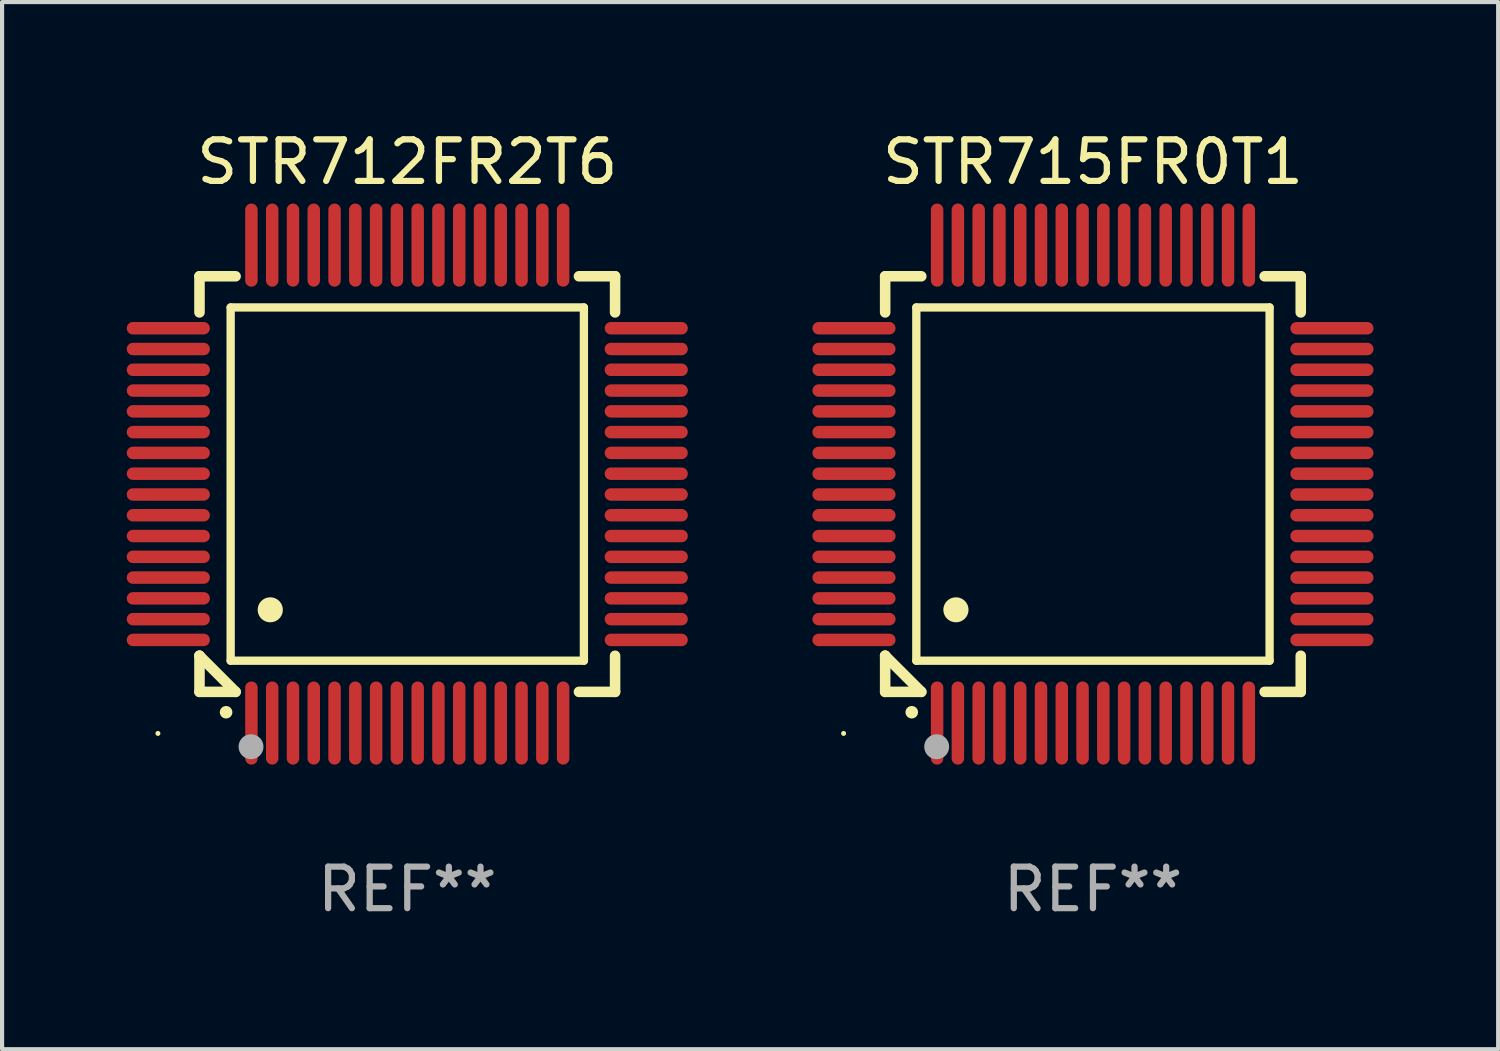
<source format=kicad_pcb>
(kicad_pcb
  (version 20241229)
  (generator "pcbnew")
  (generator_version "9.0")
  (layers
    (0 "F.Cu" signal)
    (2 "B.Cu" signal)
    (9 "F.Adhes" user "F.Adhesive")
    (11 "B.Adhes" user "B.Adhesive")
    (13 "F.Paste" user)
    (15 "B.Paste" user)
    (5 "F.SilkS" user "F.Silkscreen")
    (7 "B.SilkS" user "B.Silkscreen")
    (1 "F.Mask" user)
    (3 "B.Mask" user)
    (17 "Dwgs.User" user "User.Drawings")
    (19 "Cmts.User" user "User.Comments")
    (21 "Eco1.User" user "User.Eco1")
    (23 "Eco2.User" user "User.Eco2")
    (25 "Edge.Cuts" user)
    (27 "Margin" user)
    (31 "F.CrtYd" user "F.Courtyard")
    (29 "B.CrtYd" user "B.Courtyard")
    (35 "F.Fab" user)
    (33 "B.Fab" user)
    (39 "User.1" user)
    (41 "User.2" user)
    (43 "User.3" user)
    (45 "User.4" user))
  (footprint "STR715FR0T1"
    (layer "F.Cu")
    (at 23.249 8.598)
    (property "Reference" "STR715FR0T1" (at 0 -7.75 0) (layer "F.SilkS") (effects (font (size 1 1) (thickness 0.15))))
    (attr through_hole)
    (fp_line (start -5 -5) (end -4.131 -5) (stroke (width 0.254) (type solid)) (layer "F.SilkS"))
    (fp_line (start -5 -4.131) (end -5 -5) (stroke (width 0.254) (type solid)) (layer "F.SilkS"))
    (fp_line (start -5 4.131) (end -5 4.131) (stroke (width 0.254) (type solid)) (layer "F.SilkS"))
    (fp_line (start -5 5) (end -5 4.131) (stroke (width 0.254) (type solid)) (layer "F.SilkS"))
    (fp_line (start -5 4.131) (end -4.131 5) (stroke (width 0.254) (type solid)) (layer "F.SilkS"))
    (fp_line (start -4.25 -4.25) (end -4.25 4.25) (stroke (width 0.2) (type solid)) (layer "F.SilkS"))
    (fp_line (start -4.25 4.25) (end 4.25 4.25) (stroke (width 0.2) (type solid)) (layer "F.SilkS"))
    (fp_line (start -4.131 5) (end -5 5) (stroke (width 0.254) (type solid)) (layer "F.SilkS"))
    (fp_line (start 4.25 -4.25) (end -4.25 -4.25) (stroke (width 0.2) (type solid)) (layer "F.SilkS"))
    (fp_line (start 4.25 4.25) (end 4.25 -4.25) (stroke (width 0.2) (type solid)) (layer "F.SilkS"))
    (fp_line (start 5 -5) (end 4.131 -5) (stroke (width 0.254) (type solid)) (layer "F.SilkS"))
    (fp_line (start 5 -5) (end 5 -4.131) (stroke (width 0.254) (type solid)) (layer "F.SilkS"))
    (fp_line (start 5 4.131) (end 5 5) (stroke (width 0.254) (type solid)) (layer "F.SilkS"))
    (fp_line (start 5 5) (end 4.131 5) (stroke (width 0.254) (type solid)) (layer "F.SilkS"))
    (fp_arc (start -4.361265 5.489992) (mid -4.359995 5.489987) (end -4.358725 5.489992) (stroke (width 0.3) (type solid)) (layer "F.SilkS"))
    (fp_arc (start -3.299467 3.025146) (mid -3.296927 3.025135) (end -3.294387 3.025146) (stroke (width 0.6) (type solid)) (layer "F.SilkS"))
    (fp_circle (center -6 6) (end -5.97 6) (stroke (width 0.06) (type solid)) (fill no) (layer "F.SilkS"))
    (fp_circle (center -3.76 6.32) (end -3.61 6.32) (stroke (width 0.3) (type solid)) (fill no) (layer "F.Fab"))
    (fp_text user "REF**" (at 0 9.75 0) (layer "F.Fab") (effects (font (size 1 1) (thickness 0.15))))
    (pad "1" smd oval (at -3.75 5.75) (size 0.3 2) (layers "F.Cu" "F.Mask" "F.Paste"))
    (pad "2" smd oval (at -3.25 5.75) (size 0.3 2) (layers "F.Cu" "F.Mask" "F.Paste"))
    (pad "3" smd oval (at -2.75 5.75) (size 0.3 2) (layers "F.Cu" "F.Mask" "F.Paste"))
    (pad "4" smd oval (at -2.25 5.75) (size 0.3 2) (layers "F.Cu" "F.Mask" "F.Paste"))
    (pad "5" smd oval (at -1.75 5.75) (size 0.3 2) (layers "F.Cu" "F.Mask" "F.Paste"))
    (pad "6" smd oval (at -1.25 5.75) (size 0.3 2) (layers "F.Cu" "F.Mask" "F.Paste"))
    (pad "7" smd oval (at -0.75 5.75) (size 0.3 2) (layers "F.Cu" "F.Mask" "F.Paste"))
    (pad "8" smd oval (at -0.25 5.75) (size 0.3 2) (layers "F.Cu" "F.Mask" "F.Paste"))
    (pad "9" smd oval (at 0.25 5.75) (size 0.3 2) (layers "F.Cu" "F.Mask" "F.Paste"))
    (pad "10" smd oval (at 0.75 5.75) (size 0.3 2) (layers "F.Cu" "F.Mask" "F.Paste"))
    (pad "11" smd oval (at 1.25 5.75) (size 0.3 2) (layers "F.Cu" "F.Mask" "F.Paste"))
    (pad "12" smd oval (at 1.75 5.75) (size 0.3 2) (layers "F.Cu" "F.Mask" "F.Paste"))
    (pad "13" smd oval (at 2.25 5.75) (size 0.3 2) (layers "F.Cu" "F.Mask" "F.Paste"))
    (pad "14" smd oval (at 2.75 5.75) (size 0.3 2) (layers "F.Cu" "F.Mask" "F.Paste"))
    (pad "15" smd oval (at 3.25 5.75) (size 0.3 2) (layers "F.Cu" "F.Mask" "F.Paste"))
    (pad "16" smd oval (at 3.75 5.75) (size 0.3 2) (layers "F.Cu" "F.Mask" "F.Paste"))
    (pad "17" smd oval (at 5.75 3.75) (size 2 0.3) (layers "F.Cu" "F.Mask" "F.Paste"))
    (pad "18" smd oval (at 5.75 3.25) (size 2 0.3) (layers "F.Cu" "F.Mask" "F.Paste"))
    (pad "19" smd oval (at 5.75 2.75) (size 2 0.3) (layers "F.Cu" "F.Mask" "F.Paste"))
    (pad "20" smd oval (at 5.75 2.25) (size 2 0.3) (layers "F.Cu" "F.Mask" "F.Paste"))
    (pad "21" smd oval (at 5.75 1.75) (size 2 0.3) (layers "F.Cu" "F.Mask" "F.Paste"))
    (pad "22" smd oval (at 5.75 1.25) (size 2 0.3) (layers "F.Cu" "F.Mask" "F.Paste"))
    (pad "23" smd oval (at 5.75 0.75) (size 2 0.3) (layers "F.Cu" "F.Mask" "F.Paste"))
    (pad "24" smd oval (at 5.75 0.25) (size 2 0.3) (layers "F.Cu" "F.Mask" "F.Paste"))
    (pad "25" smd oval (at 5.75 -0.25) (size 2 0.3) (layers "F.Cu" "F.Mask" "F.Paste"))
    (pad "26" smd oval (at 5.75 -0.75) (size 2 0.3) (layers "F.Cu" "F.Mask" "F.Paste"))
    (pad "27" smd oval (at 5.75 -1.25) (size 2 0.3) (layers "F.Cu" "F.Mask" "F.Paste"))
    (pad "28" smd oval (at 5.75 -1.75) (size 2 0.3) (layers "F.Cu" "F.Mask" "F.Paste"))
    (pad "29" smd oval (at 5.75 -2.25) (size 2 0.3) (layers "F.Cu" "F.Mask" "F.Paste"))
    (pad "30" smd oval (at 5.75 -2.75) (size 2 0.3) (layers "F.Cu" "F.Mask" "F.Paste"))
    (pad "31" smd oval (at 5.75 -3.25) (size 2 0.3) (layers "F.Cu" "F.Mask" "F.Paste"))
    (pad "32" smd oval (at 5.75 -3.75) (size 2 0.3) (layers "F.Cu" "F.Mask" "F.Paste"))
    (pad "33" smd oval (at 3.75 -5.75) (size 0.3 2) (layers "F.Cu" "F.Mask" "F.Paste"))
    (pad "34" smd oval (at 3.25 -5.75) (size 0.3 2) (layers "F.Cu" "F.Mask" "F.Paste"))
    (pad "35" smd oval (at 2.75 -5.75) (size 0.3 2) (layers "F.Cu" "F.Mask" "F.Paste"))
    (pad "36" smd oval (at 2.25 -5.75) (size 0.3 2) (layers "F.Cu" "F.Mask" "F.Paste"))
    (pad "37" smd oval (at 1.75 -5.75) (size 0.3 2) (layers "F.Cu" "F.Mask" "F.Paste"))
    (pad "38" smd oval (at 1.25 -5.75) (size 0.3 2) (layers "F.Cu" "F.Mask" "F.Paste"))
    (pad "39" smd oval (at 0.75 -5.75) (size 0.3 2) (layers "F.Cu" "F.Mask" "F.Paste"))
    (pad "40" smd oval (at 0.25 -5.75) (size 0.3 2) (layers "F.Cu" "F.Mask" "F.Paste"))
    (pad "41" smd oval (at -0.25 -5.75) (size 0.3 2) (layers "F.Cu" "F.Mask" "F.Paste"))
    (pad "42" smd oval (at -0.75 -5.75) (size 0.3 2) (layers "F.Cu" "F.Mask" "F.Paste"))
    (pad "43" smd oval (at -1.25 -5.75) (size 0.3 2) (layers "F.Cu" "F.Mask" "F.Paste"))
    (pad "44" smd oval (at -1.75 -5.75) (size 0.3 2) (layers "F.Cu" "F.Mask" "F.Paste"))
    (pad "45" smd oval (at -2.25 -5.75) (size 0.3 2) (layers "F.Cu" "F.Mask" "F.Paste"))
    (pad "46" smd oval (at -2.75 -5.75) (size 0.3 2) (layers "F.Cu" "F.Mask" "F.Paste"))
    (pad "47" smd oval (at -3.25 -5.75) (size 0.3 2) (layers "F.Cu" "F.Mask" "F.Paste"))
    (pad "48" smd oval (at -3.75 -5.75) (size 0.3 2) (layers "F.Cu" "F.Mask" "F.Paste"))
    (pad "49" smd oval (at -5.75 -3.75) (size 2 0.3) (layers "F.Cu" "F.Mask" "F.Paste"))
    (pad "50" smd oval (at -5.75 -3.25) (size 2 0.3) (layers "F.Cu" "F.Mask" "F.Paste"))
    (pad "51" smd oval (at -5.75 -2.75) (size 2 0.3) (layers "F.Cu" "F.Mask" "F.Paste"))
    (pad "52" smd oval (at -5.75 -2.25) (size 2 0.3) (layers "F.Cu" "F.Mask" "F.Paste"))
    (pad "53" smd oval (at -5.75 -1.75) (size 2 0.3) (layers "F.Cu" "F.Mask" "F.Paste"))
    (pad "54" smd oval (at -5.75 -1.25) (size 2 0.3) (layers "F.Cu" "F.Mask" "F.Paste"))
    (pad "55" smd oval (at -5.75 -0.75) (size 2 0.3) (layers "F.Cu" "F.Mask" "F.Paste"))
    (pad "56" smd oval (at -5.75 -0.25) (size 2 0.3) (layers "F.Cu" "F.Mask" "F.Paste"))
    (pad "57" smd oval (at -5.75 0.25) (size 2 0.3) (layers "F.Cu" "F.Mask" "F.Paste"))
    (pad "58" smd oval (at -5.75 0.75) (size 2 0.3) (layers "F.Cu" "F.Mask" "F.Paste"))
    (pad "59" smd oval (at -5.75 1.25) (size 2 0.3) (layers "F.Cu" "F.Mask" "F.Paste"))
    (pad "60" smd oval (at -5.75 1.75) (size 2 0.3) (layers "F.Cu" "F.Mask" "F.Paste"))
    (pad "61" smd oval (at -5.75 2.25) (size 2 0.3) (layers "F.Cu" "F.Mask" "F.Paste"))
    (pad "62" smd oval (at -5.75 2.75) (size 2 0.3) (layers "F.Cu" "F.Mask" "F.Paste"))
    (pad "63" smd oval (at -5.75 3.25) (size 2 0.3) (layers "F.Cu" "F.Mask" "F.Paste"))
    (pad "64" smd oval (at -5.75 3.75) (size 2 0.3) (layers "F.Cu" "F.Mask" "F.Paste")))
  (footprint "STR712FR2T6"
    (layer "F.Cu")
    (at 6.75 8.598)
    (property "Reference" "STR712FR2T6" (at 0 -7.75 0) (layer "F.SilkS") (effects (font (size 1 1) (thickness 0.15))))
    (attr through_hole)
    (fp_line (start -5 -5) (end -4.131 -5) (stroke (width 0.254) (type solid)) (layer "F.SilkS"))
    (fp_line (start -5 -4.131) (end -5 -5) (stroke (width 0.254) (type solid)) (layer "F.SilkS"))
    (fp_line (start -5 4.131) (end -5 4.131) (stroke (width 0.254) (type solid)) (layer "F.SilkS"))
    (fp_line (start -5 5) (end -5 4.131) (stroke (width 0.254) (type solid)) (layer "F.SilkS"))
    (fp_line (start -5 4.131) (end -4.131 5) (stroke (width 0.254) (type solid)) (layer "F.SilkS"))
    (fp_line (start -4.25 -4.25) (end -4.25 4.25) (stroke (width 0.2) (type solid)) (layer "F.SilkS"))
    (fp_line (start -4.25 4.25) (end 4.25 4.25) (stroke (width 0.2) (type solid)) (layer "F.SilkS"))
    (fp_line (start -4.131 5) (end -5 5) (stroke (width 0.254) (type solid)) (layer "F.SilkS"))
    (fp_line (start 4.25 -4.25) (end -4.25 -4.25) (stroke (width 0.2) (type solid)) (layer "F.SilkS"))
    (fp_line (start 4.25 4.25) (end 4.25 -4.25) (stroke (width 0.2) (type solid)) (layer "F.SilkS"))
    (fp_line (start 5 -5) (end 4.131 -5) (stroke (width 0.254) (type solid)) (layer "F.SilkS"))
    (fp_line (start 5 -5) (end 5 -4.131) (stroke (width 0.254) (type solid)) (layer "F.SilkS"))
    (fp_line (start 5 4.131) (end 5 5) (stroke (width 0.254) (type solid)) (layer "F.SilkS"))
    (fp_line (start 5 5) (end 4.131 5) (stroke (width 0.254) (type solid)) (layer "F.SilkS"))
    (fp_arc (start -4.361265 5.489992) (mid -4.359995 5.489987) (end -4.358725 5.489992) (stroke (width 0.3) (type solid)) (layer "F.SilkS"))
    (fp_arc (start -3.299467 3.025146) (mid -3.296927 3.025135) (end -3.294387 3.025146) (stroke (width 0.6) (type solid)) (layer "F.SilkS"))
    (fp_circle (center -6 6) (end -5.97 6) (stroke (width 0.06) (type solid)) (fill no) (layer "F.SilkS"))
    (fp_circle (center -3.76 6.32) (end -3.61 6.32) (stroke (width 0.3) (type solid)) (fill no) (layer "F.Fab"))
    (fp_text user "REF**" (at 0 9.75 0) (layer "F.Fab") (effects (font (size 1 1) (thickness 0.15))))
    (pad "1" smd oval (at -3.75 5.75) (size 0.3 2) (layers "F.Cu" "F.Mask" "F.Paste"))
    (pad "2" smd oval (at -3.25 5.75) (size 0.3 2) (layers "F.Cu" "F.Mask" "F.Paste"))
    (pad "3" smd oval (at -2.75 5.75) (size 0.3 2) (layers "F.Cu" "F.Mask" "F.Paste"))
    (pad "4" smd oval (at -2.25 5.75) (size 0.3 2) (layers "F.Cu" "F.Mask" "F.Paste"))
    (pad "5" smd oval (at -1.75 5.75) (size 0.3 2) (layers "F.Cu" "F.Mask" "F.Paste"))
    (pad "6" smd oval (at -1.25 5.75) (size 0.3 2) (layers "F.Cu" "F.Mask" "F.Paste"))
    (pad "7" smd oval (at -0.75 5.75) (size 0.3 2) (layers "F.Cu" "F.Mask" "F.Paste"))
    (pad "8" smd oval (at -0.25 5.75) (size 0.3 2) (layers "F.Cu" "F.Mask" "F.Paste"))
    (pad "9" smd oval (at 0.25 5.75) (size 0.3 2) (layers "F.Cu" "F.Mask" "F.Paste"))
    (pad "10" smd oval (at 0.75 5.75) (size 0.3 2) (layers "F.Cu" "F.Mask" "F.Paste"))
    (pad "11" smd oval (at 1.25 5.75) (size 0.3 2) (layers "F.Cu" "F.Mask" "F.Paste"))
    (pad "12" smd oval (at 1.75 5.75) (size 0.3 2) (layers "F.Cu" "F.Mask" "F.Paste"))
    (pad "13" smd oval (at 2.25 5.75) (size 0.3 2) (layers "F.Cu" "F.Mask" "F.Paste"))
    (pad "14" smd oval (at 2.75 5.75) (size 0.3 2) (layers "F.Cu" "F.Mask" "F.Paste"))
    (pad "15" smd oval (at 3.25 5.75) (size 0.3 2) (layers "F.Cu" "F.Mask" "F.Paste"))
    (pad "16" smd oval (at 3.75 5.75) (size 0.3 2) (layers "F.Cu" "F.Mask" "F.Paste"))
    (pad "17" smd oval (at 5.75 3.75) (size 2 0.3) (layers "F.Cu" "F.Mask" "F.Paste"))
    (pad "18" smd oval (at 5.75 3.25) (size 2 0.3) (layers "F.Cu" "F.Mask" "F.Paste"))
    (pad "19" smd oval (at 5.75 2.75) (size 2 0.3) (layers "F.Cu" "F.Mask" "F.Paste"))
    (pad "20" smd oval (at 5.75 2.25) (size 2 0.3) (layers "F.Cu" "F.Mask" "F.Paste"))
    (pad "21" smd oval (at 5.75 1.75) (size 2 0.3) (layers "F.Cu" "F.Mask" "F.Paste"))
    (pad "22" smd oval (at 5.75 1.25) (size 2 0.3) (layers "F.Cu" "F.Mask" "F.Paste"))
    (pad "23" smd oval (at 5.75 0.75) (size 2 0.3) (layers "F.Cu" "F.Mask" "F.Paste"))
    (pad "24" smd oval (at 5.75 0.25) (size 2 0.3) (layers "F.Cu" "F.Mask" "F.Paste"))
    (pad "25" smd oval (at 5.75 -0.25) (size 2 0.3) (layers "F.Cu" "F.Mask" "F.Paste"))
    (pad "26" smd oval (at 5.75 -0.75) (size 2 0.3) (layers "F.Cu" "F.Mask" "F.Paste"))
    (pad "27" smd oval (at 5.75 -1.25) (size 2 0.3) (layers "F.Cu" "F.Mask" "F.Paste"))
    (pad "28" smd oval (at 5.75 -1.75) (size 2 0.3) (layers "F.Cu" "F.Mask" "F.Paste"))
    (pad "29" smd oval (at 5.75 -2.25) (size 2 0.3) (layers "F.Cu" "F.Mask" "F.Paste"))
    (pad "30" smd oval (at 5.75 -2.75) (size 2 0.3) (layers "F.Cu" "F.Mask" "F.Paste"))
    (pad "31" smd oval (at 5.75 -3.25) (size 2 0.3) (layers "F.Cu" "F.Mask" "F.Paste"))
    (pad "32" smd oval (at 5.75 -3.75) (size 2 0.3) (layers "F.Cu" "F.Mask" "F.Paste"))
    (pad "33" smd oval (at 3.75 -5.75) (size 0.3 2) (layers "F.Cu" "F.Mask" "F.Paste"))
    (pad "34" smd oval (at 3.25 -5.75) (size 0.3 2) (layers "F.Cu" "F.Mask" "F.Paste"))
    (pad "35" smd oval (at 2.75 -5.75) (size 0.3 2) (layers "F.Cu" "F.Mask" "F.Paste"))
    (pad "36" smd oval (at 2.25 -5.75) (size 0.3 2) (layers "F.Cu" "F.Mask" "F.Paste"))
    (pad "37" smd oval (at 1.75 -5.75) (size 0.3 2) (layers "F.Cu" "F.Mask" "F.Paste"))
    (pad "38" smd oval (at 1.25 -5.75) (size 0.3 2) (layers "F.Cu" "F.Mask" "F.Paste"))
    (pad "39" smd oval (at 0.75 -5.75) (size 0.3 2) (layers "F.Cu" "F.Mask" "F.Paste"))
    (pad "40" smd oval (at 0.25 -5.75) (size 0.3 2) (layers "F.Cu" "F.Mask" "F.Paste"))
    (pad "41" smd oval (at -0.25 -5.75) (size 0.3 2) (layers "F.Cu" "F.Mask" "F.Paste"))
    (pad "42" smd oval (at -0.75 -5.75) (size 0.3 2) (layers "F.Cu" "F.Mask" "F.Paste"))
    (pad "43" smd oval (at -1.25 -5.75) (size 0.3 2) (layers "F.Cu" "F.Mask" "F.Paste"))
    (pad "44" smd oval (at -1.75 -5.75) (size 0.3 2) (layers "F.Cu" "F.Mask" "F.Paste"))
    (pad "45" smd oval (at -2.25 -5.75) (size 0.3 2) (layers "F.Cu" "F.Mask" "F.Paste"))
    (pad "46" smd oval (at -2.75 -5.75) (size 0.3 2) (layers "F.Cu" "F.Mask" "F.Paste"))
    (pad "47" smd oval (at -3.25 -5.75) (size 0.3 2) (layers "F.Cu" "F.Mask" "F.Paste"))
    (pad "48" smd oval (at -3.75 -5.75) (size 0.3 2) (layers "F.Cu" "F.Mask" "F.Paste"))
    (pad "49" smd oval (at -5.75 -3.75) (size 2 0.3) (layers "F.Cu" "F.Mask" "F.Paste"))
    (pad "50" smd oval (at -5.75 -3.25) (size 2 0.3) (layers "F.Cu" "F.Mask" "F.Paste"))
    (pad "51" smd oval (at -5.75 -2.75) (size 2 0.3) (layers "F.Cu" "F.Mask" "F.Paste"))
    (pad "52" smd oval (at -5.75 -2.25) (size 2 0.3) (layers "F.Cu" "F.Mask" "F.Paste"))
    (pad "53" smd oval (at -5.75 -1.75) (size 2 0.3) (layers "F.Cu" "F.Mask" "F.Paste"))
    (pad "54" smd oval (at -5.75 -1.25) (size 2 0.3) (layers "F.Cu" "F.Mask" "F.Paste"))
    (pad "55" smd oval (at -5.75 -0.75) (size 2 0.3) (layers "F.Cu" "F.Mask" "F.Paste"))
    (pad "56" smd oval (at -5.75 -0.25) (size 2 0.3) (layers "F.Cu" "F.Mask" "F.Paste"))
    (pad "57" smd oval (at -5.75 0.25) (size 2 0.3) (layers "F.Cu" "F.Mask" "F.Paste"))
    (pad "58" smd oval (at -5.75 0.75) (size 2 0.3) (layers "F.Cu" "F.Mask" "F.Paste"))
    (pad "59" smd oval (at -5.75 1.25) (size 2 0.3) (layers "F.Cu" "F.Mask" "F.Paste"))
    (pad "60" smd oval (at -5.75 1.75) (size 2 0.3) (layers "F.Cu" "F.Mask" "F.Paste"))
    (pad "61" smd oval (at -5.75 2.25) (size 2 0.3) (layers "F.Cu" "F.Mask" "F.Paste"))
    (pad "62" smd oval (at -5.75 2.75) (size 2 0.3) (layers "F.Cu" "F.Mask" "F.Paste"))
    (pad "63" smd oval (at -5.75 3.25) (size 2 0.3) (layers "F.Cu" "F.Mask" "F.Paste"))
    (pad "64" smd oval (at -5.75 3.75) (size 2 0.3) (layers "F.Cu" "F.Mask" "F.Paste")))
  (gr_rect
    (start -3 -3)
    (end 32.999 22.196)
    (stroke (width 0.1) (type default))
    (fill no)
    (layer "Edge.Cuts")))
</source>
